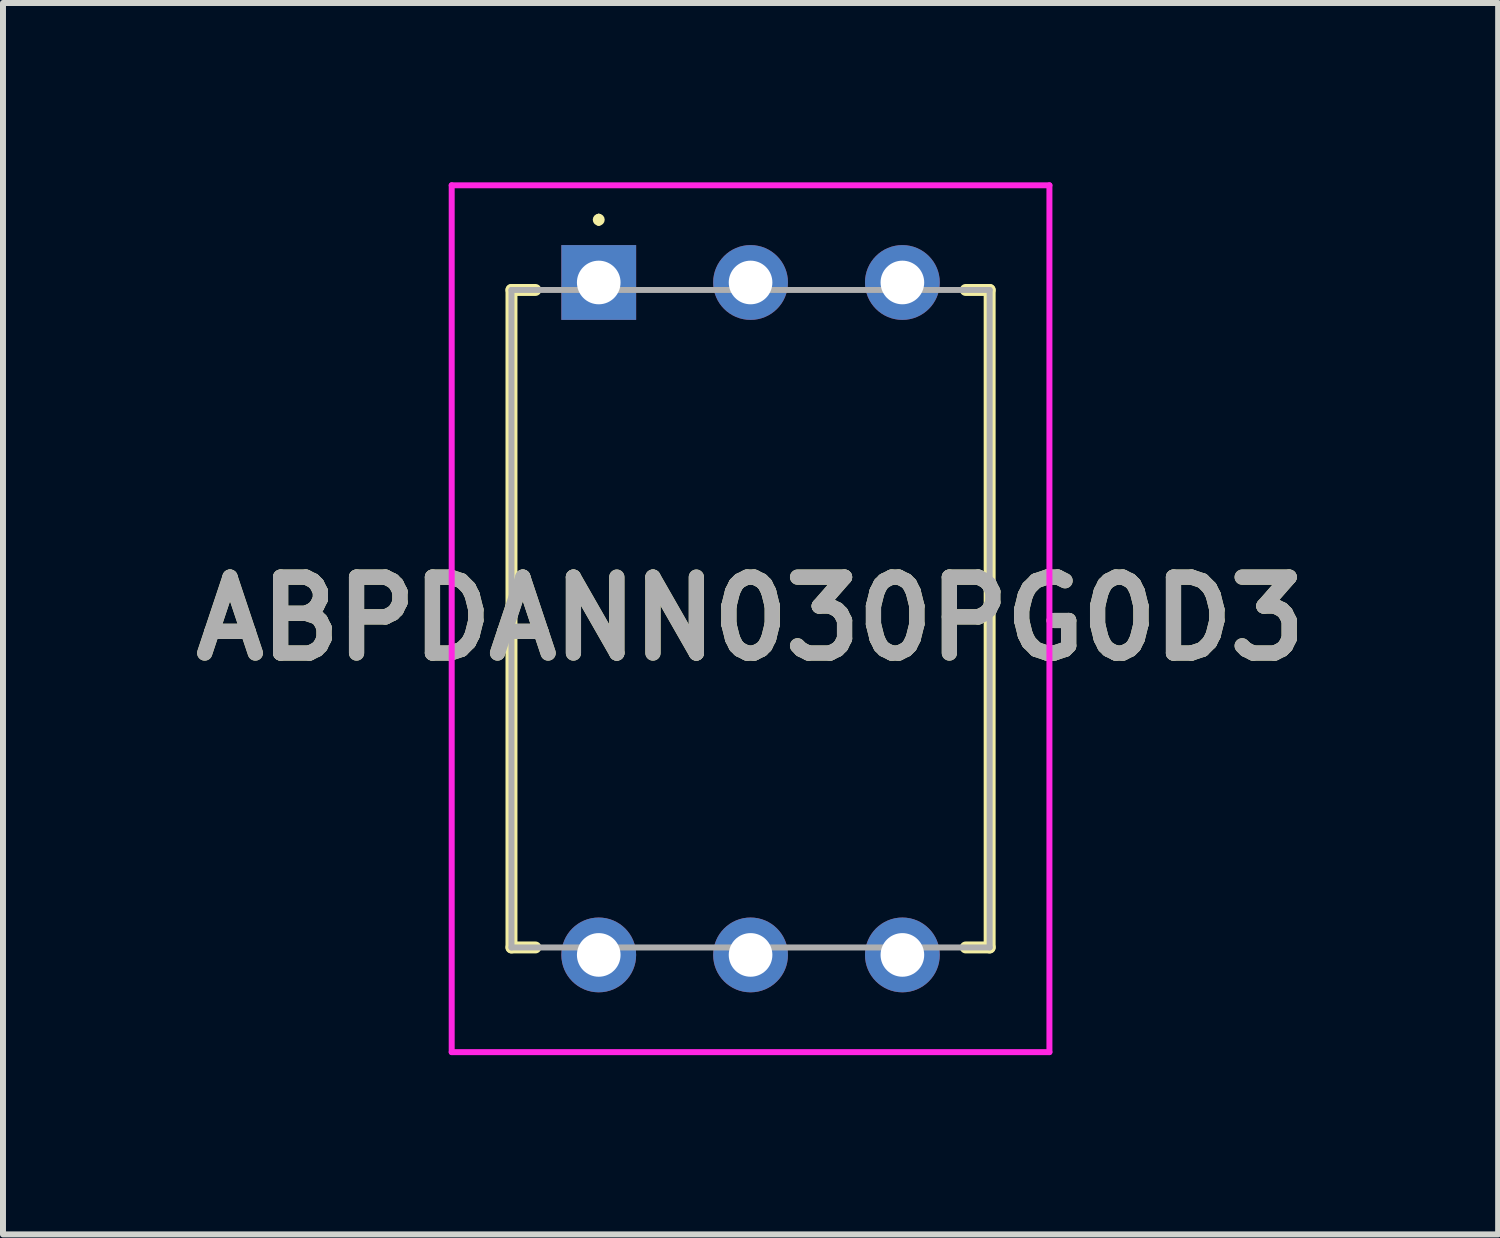
<source format=kicad_pcb>
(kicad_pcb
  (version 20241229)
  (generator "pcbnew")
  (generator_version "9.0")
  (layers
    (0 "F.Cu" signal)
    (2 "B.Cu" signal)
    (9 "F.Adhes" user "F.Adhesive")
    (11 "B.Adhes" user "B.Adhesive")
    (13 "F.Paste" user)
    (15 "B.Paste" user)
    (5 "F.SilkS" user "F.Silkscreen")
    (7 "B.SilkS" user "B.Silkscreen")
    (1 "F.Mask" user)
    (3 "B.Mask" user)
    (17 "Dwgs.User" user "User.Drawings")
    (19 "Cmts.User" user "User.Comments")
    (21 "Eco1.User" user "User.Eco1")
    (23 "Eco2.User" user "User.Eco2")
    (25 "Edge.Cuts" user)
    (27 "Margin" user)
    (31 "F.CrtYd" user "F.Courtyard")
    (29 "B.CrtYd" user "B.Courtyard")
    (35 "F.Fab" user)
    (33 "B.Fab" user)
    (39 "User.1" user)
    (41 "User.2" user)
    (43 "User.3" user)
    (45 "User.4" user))
  (footprint "ABPDANN030PG0D3"
    (layer "F.Cu")
    (at 6.967 1.676)
    (property "Reference" "ABPDANN030PG0D3" (at 2.54 5.625 0) (layer "F.SilkS") (effects (font (size 1.27 1.27) (thickness 0.254))))
    (attr through_hole)
    (fp_line (start -1.46 0.125) (end -1.46 11.125) (stroke (width 0.2) (type solid)) (layer "F.SilkS"))
    (fp_line (start -1.46 11.125) (end -1.06 11.125) (stroke (width 0.2) (type solid)) (layer "F.SilkS"))
    (fp_line (start -1.06 0.125) (end -1.46 0.125) (stroke (width 0.2) (type solid)) (layer "F.SilkS"))
    (fp_line (start 0 -1.1) (end 0 -1.1) (stroke (width 0.1) (type solid)) (layer "F.SilkS"))
    (fp_line (start 0 -1) (end 0 -1) (stroke (width 0.1) (type solid)) (layer "F.SilkS"))
    (fp_line (start 6.14 0.125) (end 6.54 0.125) (stroke (width 0.2) (type solid)) (layer "F.SilkS"))
    (fp_line (start 6.54 0.125) (end 6.54 11.125) (stroke (width 0.2) (type solid)) (layer "F.SilkS"))
    (fp_line (start 6.54 11.125) (end 6.14 11.125) (stroke (width 0.2) (type solid)) (layer "F.SilkS"))
    (fp_arc (start 0 -1.1) (mid 0.05 -1.05) (end 0 -1) (stroke (width 0.1) (type solid)) (layer "F.SilkS"))
    (fp_arc (start 0 -1) (mid -0.05 -1.05) (end 0 -1.1) (stroke (width 0.1) (type solid)) (layer "F.SilkS"))
    (fp_line (start -2.46 -1.626) (end 7.54 -1.626) (stroke (width 0.1) (type solid)) (layer "F.CrtYd"))
    (fp_line (start -2.46 12.876) (end -2.46 -1.626) (stroke (width 0.1) (type solid)) (layer "F.CrtYd"))
    (fp_line (start 7.54 -1.626) (end 7.54 12.876) (stroke (width 0.1) (type solid)) (layer "F.CrtYd"))
    (fp_line (start 7.54 12.876) (end -2.46 12.876) (stroke (width 0.1) (type solid)) (layer "F.CrtYd"))
    (fp_line (start -1.46 0.125) (end 6.54 0.125) (stroke (width 0.1) (type solid)) (layer "F.Fab"))
    (fp_line (start -1.46 11.125) (end -1.46 0.125) (stroke (width 0.1) (type solid)) (layer "F.Fab"))
    (fp_line (start 6.54 0.125) (end 6.54 11.125) (stroke (width 0.1) (type solid)) (layer "F.Fab"))
    (fp_line (start 6.54 11.125) (end -1.46 11.125) (stroke (width 0.1) (type solid)) (layer "F.Fab"))
    (fp_text user "${REFERENCE}" (at 2.54 5.625 0) (layer "F.Fab") (effects (font (size 1.27 1.27) (thickness 0.254))))
    (pad "1" thru_hole rect (at 0 0) (size 1.251 1.251) (drill 0.73) (layers "*.Cu" "*.Mask"))
    (pad "2" thru_hole circle (at 2.54 0) (size 1.251 1.251) (drill 0.73) (layers "*.Cu" "*.Mask"))
    (pad "3" thru_hole circle (at 5.08 0) (size 1.251 1.251) (drill 0.73) (layers "*.Cu" "*.Mask"))
    (pad "4" thru_hole circle (at 5.08 11.25) (size 1.251 1.251) (drill 0.73) (layers "*.Cu" "*.Mask"))
    (pad "5" thru_hole circle (at 2.54 11.25) (size 1.251 1.251) (drill 0.73) (layers "*.Cu" "*.Mask"))
    (pad "6" thru_hole circle (at 0 11.25) (size 1.251 1.251) (drill 0.73) (layers "*.Cu" "*.Mask")))
  (gr_rect
    (start -3 -3)
    (end 22.014 17.602)
    (stroke (width 0.1) (type default))
    (fill no)
    (layer "Edge.Cuts")))
</source>
